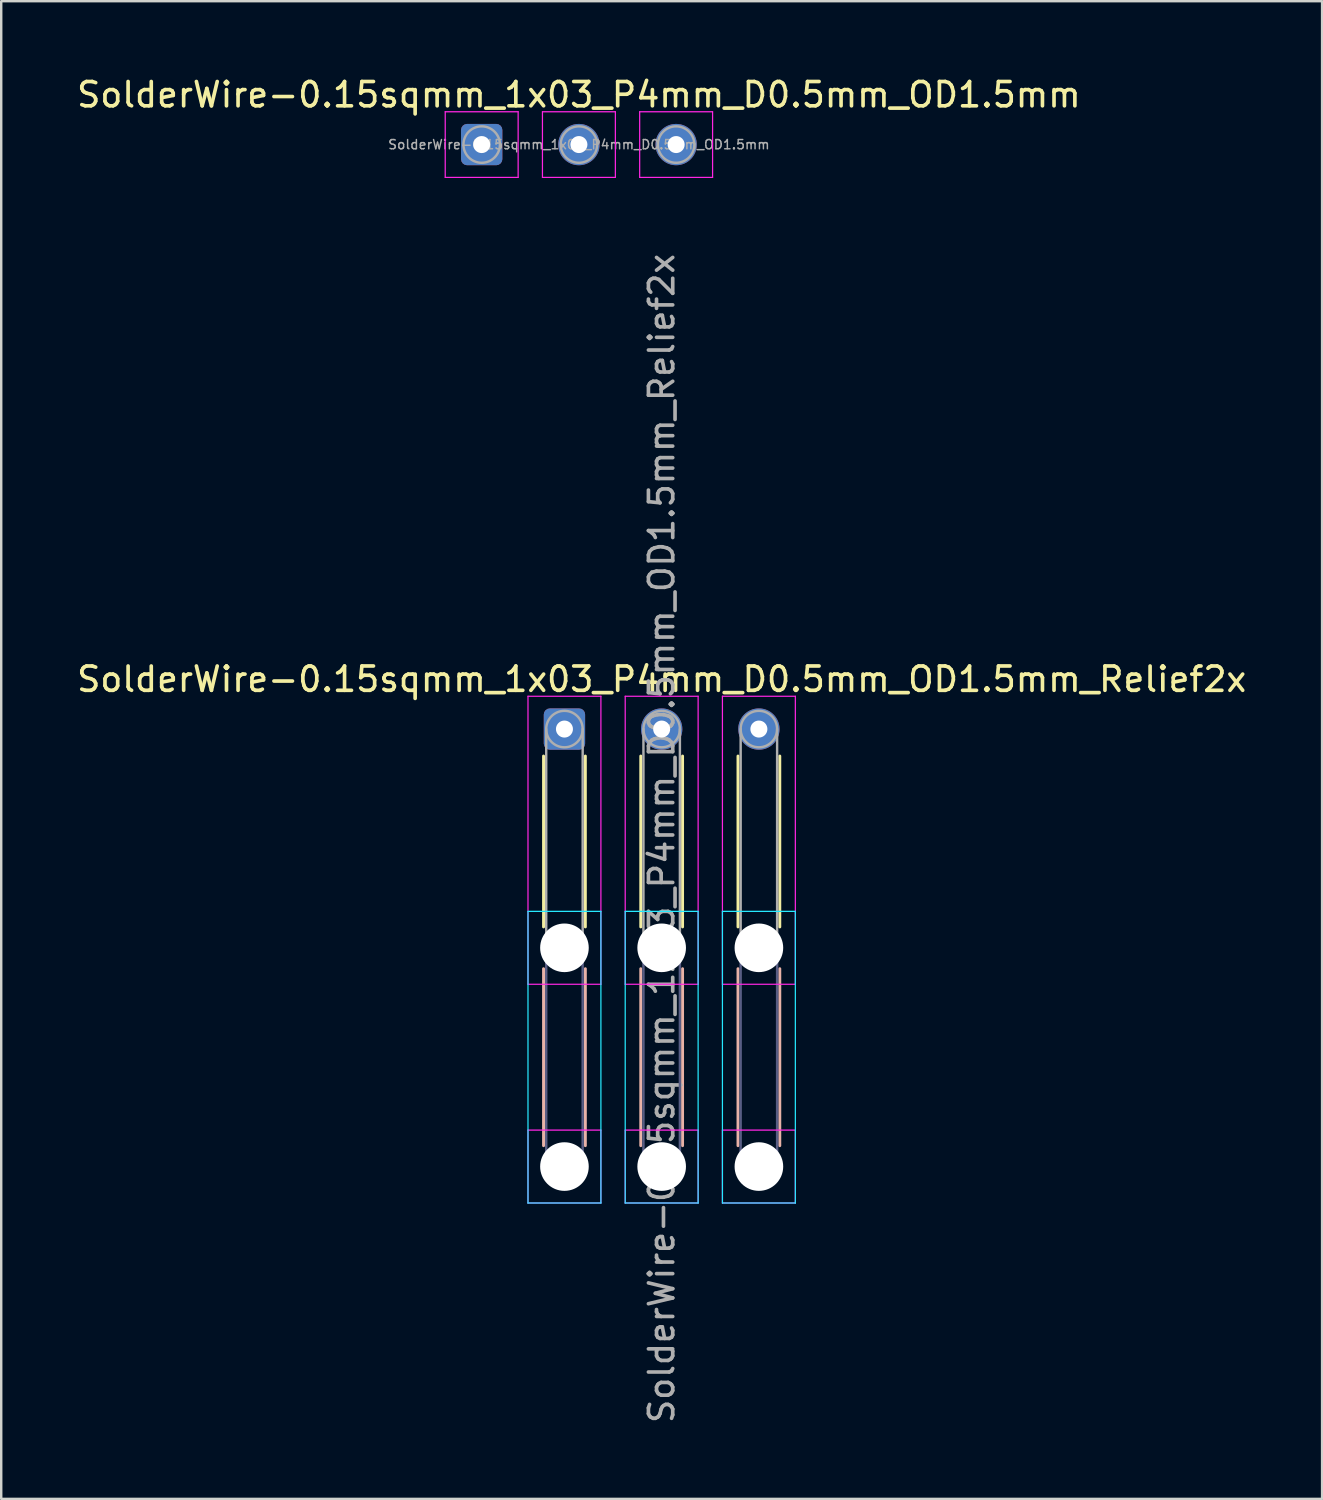
<source format=kicad_pcb>
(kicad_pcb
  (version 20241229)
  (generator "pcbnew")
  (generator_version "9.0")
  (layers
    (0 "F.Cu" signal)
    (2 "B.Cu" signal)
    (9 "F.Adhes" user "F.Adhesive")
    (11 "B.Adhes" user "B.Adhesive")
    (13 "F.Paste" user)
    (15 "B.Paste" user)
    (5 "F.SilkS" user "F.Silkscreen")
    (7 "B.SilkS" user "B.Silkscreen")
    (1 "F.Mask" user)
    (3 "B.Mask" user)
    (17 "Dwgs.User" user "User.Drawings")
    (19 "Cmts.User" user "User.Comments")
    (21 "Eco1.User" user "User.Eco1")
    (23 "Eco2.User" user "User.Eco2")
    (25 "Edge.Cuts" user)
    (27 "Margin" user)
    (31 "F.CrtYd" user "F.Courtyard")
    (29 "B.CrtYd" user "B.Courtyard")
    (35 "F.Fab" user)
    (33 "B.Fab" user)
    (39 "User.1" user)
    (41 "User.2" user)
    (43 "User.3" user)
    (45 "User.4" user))
  (footprint "SolderWire-0.15sqmm_1x03_P4mm_D0.5mm_OD1.5mm_Relief2x"
    (layer "F.Cu")
    (at 20.173 26.946)
    (property "Reference" "SolderWire-0.15sqmm_1x03_P4mm_D0.5mm_OD1.5mm_Relief2x" (at 4 -2.05 0) (layer "F.SilkS") (effects (font (size 1 1) (thickness 0.15))))
    (attr exclude_from_pos_files exclude_from_bom)
    (fp_line (start -0.86 1.11) (end -0.86 8.14) (stroke (width 0.12) (type solid)) (layer "F.SilkS"))
    (fp_line (start 0.86 1.11) (end 0.86 8.14) (stroke (width 0.12) (type solid)) (layer "F.SilkS"))
    (fp_line (start 3.14 1.11) (end 3.14 8.14) (stroke (width 0.12) (type solid)) (layer "F.SilkS"))
    (fp_line (start 4.86 1.11) (end 4.86 8.14) (stroke (width 0.12) (type solid)) (layer "F.SilkS"))
    (fp_line (start 7.14 1.11) (end 7.14 8.14) (stroke (width 0.12) (type solid)) (layer "F.SilkS"))
    (fp_line (start 8.86 1.11) (end 8.86 8.14) (stroke (width 0.12) (type solid)) (layer "F.SilkS"))
    (fp_line (start -0.86 9.86) (end -0.86 17.14) (stroke (width 0.12) (type solid)) (layer "B.SilkS"))
    (fp_line (start 0.86 9.86) (end 0.86 17.14) (stroke (width 0.12) (type solid)) (layer "B.SilkS"))
    (fp_line (start 3.14 9.86) (end 3.14 17.14) (stroke (width 0.12) (type solid)) (layer "B.SilkS"))
    (fp_line (start 4.86 9.86) (end 4.86 17.14) (stroke (width 0.12) (type solid)) (layer "B.SilkS"))
    (fp_line (start 7.14 9.86) (end 7.14 17.14) (stroke (width 0.12) (type solid)) (layer "B.SilkS"))
    (fp_line (start 8.86 9.86) (end 8.86 17.14) (stroke (width 0.12) (type solid)) (layer "B.SilkS"))
    (fp_line (start -1.5 7.5) (end -1.5 19.5) (stroke (width 0.05) (type solid)) (layer "B.CrtYd"))
    (fp_line (start -1.5 19.5) (end 1.5 19.5) (stroke (width 0.05) (type solid)) (layer "B.CrtYd"))
    (fp_line (start 1.5 7.5) (end -1.5 7.5) (stroke (width 0.05) (type solid)) (layer "B.CrtYd"))
    (fp_line (start 1.5 19.5) (end 1.5 7.5) (stroke (width 0.05) (type solid)) (layer "B.CrtYd"))
    (fp_line (start 2.5 7.5) (end 2.5 19.5) (stroke (width 0.05) (type solid)) (layer "B.CrtYd"))
    (fp_line (start 2.5 19.5) (end 5.5 19.5) (stroke (width 0.05) (type solid)) (layer "B.CrtYd"))
    (fp_line (start 5.5 7.5) (end 2.5 7.5) (stroke (width 0.05) (type solid)) (layer "B.CrtYd"))
    (fp_line (start 5.5 19.5) (end 5.5 7.5) (stroke (width 0.05) (type solid)) (layer "B.CrtYd"))
    (fp_line (start 6.5 7.5) (end 6.5 19.5) (stroke (width 0.05) (type solid)) (layer "B.CrtYd"))
    (fp_line (start 6.5 19.5) (end 9.5 19.5) (stroke (width 0.05) (type solid)) (layer "B.CrtYd"))
    (fp_line (start 9.5 7.5) (end 6.5 7.5) (stroke (width 0.05) (type solid)) (layer "B.CrtYd"))
    (fp_line (start 9.5 19.5) (end 9.5 7.5) (stroke (width 0.05) (type solid)) (layer "B.CrtYd"))
    (fp_line (start -1.5 -1.35) (end -1.5 10.5) (stroke (width 0.05) (type solid)) (layer "F.CrtYd"))
    (fp_line (start -1.5 10.5) (end 1.5 10.5) (stroke (width 0.05) (type solid)) (layer "F.CrtYd"))
    (fp_line (start -1.5 16.5) (end -1.5 19.5) (stroke (width 0.05) (type solid)) (layer "F.CrtYd"))
    (fp_line (start -1.5 19.5) (end 1.5 19.5) (stroke (width 0.05) (type solid)) (layer "F.CrtYd"))
    (fp_line (start 1.5 -1.35) (end -1.5 -1.35) (stroke (width 0.05) (type solid)) (layer "F.CrtYd"))
    (fp_line (start 1.5 10.5) (end 1.5 -1.35) (stroke (width 0.05) (type solid)) (layer "F.CrtYd"))
    (fp_line (start 1.5 16.5) (end -1.5 16.5) (stroke (width 0.05) (type solid)) (layer "F.CrtYd"))
    (fp_line (start 1.5 19.5) (end 1.5 16.5) (stroke (width 0.05) (type solid)) (layer "F.CrtYd"))
    (fp_line (start 2.5 -1.35) (end 2.5 10.5) (stroke (width 0.05) (type solid)) (layer "F.CrtYd"))
    (fp_line (start 2.5 10.5) (end 5.5 10.5) (stroke (width 0.05) (type solid)) (layer "F.CrtYd"))
    (fp_line (start 2.5 16.5) (end 2.5 19.5) (stroke (width 0.05) (type solid)) (layer "F.CrtYd"))
    (fp_line (start 2.5 19.5) (end 5.5 19.5) (stroke (width 0.05) (type solid)) (layer "F.CrtYd"))
    (fp_line (start 5.5 -1.35) (end 2.5 -1.35) (stroke (width 0.05) (type solid)) (layer "F.CrtYd"))
    (fp_line (start 5.5 10.5) (end 5.5 -1.35) (stroke (width 0.05) (type solid)) (layer "F.CrtYd"))
    (fp_line (start 5.5 16.5) (end 2.5 16.5) (stroke (width 0.05) (type solid)) (layer "F.CrtYd"))
    (fp_line (start 5.5 19.5) (end 5.5 16.5) (stroke (width 0.05) (type solid)) (layer "F.CrtYd"))
    (fp_line (start 6.5 -1.35) (end 6.5 10.5) (stroke (width 0.05) (type solid)) (layer "F.CrtYd"))
    (fp_line (start 6.5 10.5) (end 9.5 10.5) (stroke (width 0.05) (type solid)) (layer "F.CrtYd"))
    (fp_line (start 6.5 16.5) (end 6.5 19.5) (stroke (width 0.05) (type solid)) (layer "F.CrtYd"))
    (fp_line (start 6.5 19.5) (end 9.5 19.5) (stroke (width 0.05) (type solid)) (layer "F.CrtYd"))
    (fp_line (start 9.5 -1.35) (end 6.5 -1.35) (stroke (width 0.05) (type solid)) (layer "F.CrtYd"))
    (fp_line (start 9.5 10.5) (end 9.5 -1.35) (stroke (width 0.05) (type solid)) (layer "F.CrtYd"))
    (fp_line (start 9.5 16.5) (end 6.5 16.5) (stroke (width 0.05) (type solid)) (layer "F.CrtYd"))
    (fp_line (start 9.5 19.5) (end 9.5 16.5) (stroke (width 0.05) (type solid)) (layer "F.CrtYd"))
    (fp_line (start -0.75 9) (end -0.75 18) (stroke (width 0.1) (type solid)) (layer "B.Fab"))
    (fp_line (start 0.75 9) (end 0.75 18) (stroke (width 0.1) (type solid)) (layer "B.Fab"))
    (fp_line (start 3.25 9) (end 3.25 18) (stroke (width 0.1) (type solid)) (layer "B.Fab"))
    (fp_line (start 4.75 9) (end 4.75 18) (stroke (width 0.1) (type solid)) (layer "B.Fab"))
    (fp_line (start 7.25 9) (end 7.25 18) (stroke (width 0.1) (type solid)) (layer "B.Fab"))
    (fp_line (start 8.75 9) (end 8.75 18) (stroke (width 0.1) (type solid)) (layer "B.Fab"))
    (fp_circle (center 0 9) (end 0.75 9) (stroke (width 0.1) (type solid)) (fill no) (layer "B.Fab"))
    (fp_circle (center 0 18) (end 0.75 18) (stroke (width 0.1) (type solid)) (fill no) (layer "B.Fab"))
    (fp_circle (center 4 9) (end 4.75 9) (stroke (width 0.1) (type solid)) (fill no) (layer "B.Fab"))
    (fp_circle (center 4 18) (end 4.75 18) (stroke (width 0.1) (type solid)) (fill no) (layer "B.Fab"))
    (fp_circle (center 8 9) (end 8.75 9) (stroke (width 0.1) (type solid)) (fill no) (layer "B.Fab"))
    (fp_circle (center 8 18) (end 8.75 18) (stroke (width 0.1) (type solid)) (fill no) (layer "B.Fab"))
    (fp_line (start -0.75 0) (end -0.75 9) (stroke (width 0.1) (type solid)) (layer "F.Fab"))
    (fp_line (start 0.75 0) (end 0.75 9) (stroke (width 0.1) (type solid)) (layer "F.Fab"))
    (fp_line (start 3.25 0) (end 3.25 9) (stroke (width 0.1) (type solid)) (layer "F.Fab"))
    (fp_line (start 4.75 0) (end 4.75 9) (stroke (width 0.1) (type solid)) (layer "F.Fab"))
    (fp_line (start 7.25 0) (end 7.25 9) (stroke (width 0.1) (type solid)) (layer "F.Fab"))
    (fp_line (start 8.75 0) (end 8.75 9) (stroke (width 0.1) (type solid)) (layer "F.Fab"))
    (fp_circle (center 0 0) (end 0.75 0) (stroke (width 0.1) (type solid)) (fill no) (layer "F.Fab"))
    (fp_circle (center 0 9) (end 0.75 9) (stroke (width 0.1) (type solid)) (fill no) (layer "F.Fab"))
    (fp_circle (center 0 18) (end 0.75 18) (stroke (width 0.1) (type solid)) (fill no) (layer "F.Fab"))
    (fp_circle (center 4 0) (end 4.75 0) (stroke (width 0.1) (type solid)) (fill no) (layer "F.Fab"))
    (fp_circle (center 4 9) (end 4.75 9) (stroke (width 0.1) (type solid)) (fill no) (layer "F.Fab"))
    (fp_circle (center 4 18) (end 4.75 18) (stroke (width 0.1) (type solid)) (fill no) (layer "F.Fab"))
    (fp_circle (center 8 0) (end 8.75 0) (stroke (width 0.1) (type solid)) (fill no) (layer "F.Fab"))
    (fp_circle (center 8 9) (end 8.75 9) (stroke (width 0.1) (type solid)) (fill no) (layer "F.Fab"))
    (fp_circle (center 8 18) (end 8.75 18) (stroke (width 0.1) (type solid)) (fill no) (layer "F.Fab"))
    (fp_text user "${REFERENCE}" (at 4 4.5 90) (layer "F.Fab") (effects (font (size 1 1) (thickness 0.15))))
    (pad "" np_thru_hole circle (at 0 9) (size 2 2) (drill 2) (layers "*.Cu" "*.Mask"))
    (pad "" np_thru_hole circle (at 0 18) (size 2 2) (drill 2) (layers "*.Cu" "*.Mask"))
    (pad "" np_thru_hole circle (at 4 9) (size 2 2) (drill 2) (layers "*.Cu" "*.Mask"))
    (pad "" np_thru_hole circle (at 4 18) (size 2 2) (drill 2) (layers "*.Cu" "*.Mask"))
    (pad "" np_thru_hole circle (at 8 9) (size 2 2) (drill 2) (layers "*.Cu" "*.Mask"))
    (pad "" np_thru_hole circle (at 8 18) (size 2 2) (drill 2) (layers "*.Cu" "*.Mask"))
    (pad "1" thru_hole roundrect (at 0 0) (size 1.7 1.7) (drill 0.7) (layers "*.Cu" "*.Mask") (roundrect_rratio 0.147))
    (pad "2" thru_hole circle (at 4 0) (size 1.7 1.7) (drill 0.7) (layers "*.Cu" "*.Mask"))
    (pad "3" thru_hole circle (at 8 0) (size 1.7 1.7) (drill 0.7) (layers "*.Cu" "*.Mask")))
  (footprint "SolderWire-0.15sqmm_1x03_P4mm_D0.5mm_OD1.5mm"
    (layer "F.Cu")
    (at 16.768 2.898)
    (property "Reference" "SolderWire-0.15sqmm_1x03_P4mm_D0.5mm_OD1.5mm" (at 4 -2.05 0) (layer "F.SilkS") (effects (font (size 1 1) (thickness 0.15))))
    (attr exclude_from_pos_files exclude_from_bom)
    (fp_line (start -1.5 -1.35) (end -1.5 1.35) (stroke (width 0.05) (type solid)) (layer "F.CrtYd"))
    (fp_line (start -1.5 1.35) (end 1.5 1.35) (stroke (width 0.05) (type solid)) (layer "F.CrtYd"))
    (fp_line (start 1.5 -1.35) (end -1.5 -1.35) (stroke (width 0.05) (type solid)) (layer "F.CrtYd"))
    (fp_line (start 1.5 1.35) (end 1.5 -1.35) (stroke (width 0.05) (type solid)) (layer "F.CrtYd"))
    (fp_line (start 2.5 -1.35) (end 2.5 1.35) (stroke (width 0.05) (type solid)) (layer "F.CrtYd"))
    (fp_line (start 2.5 1.35) (end 5.5 1.35) (stroke (width 0.05) (type solid)) (layer "F.CrtYd"))
    (fp_line (start 5.5 -1.35) (end 2.5 -1.35) (stroke (width 0.05) (type solid)) (layer "F.CrtYd"))
    (fp_line (start 5.5 1.35) (end 5.5 -1.35) (stroke (width 0.05) (type solid)) (layer "F.CrtYd"))
    (fp_line (start 6.5 -1.35) (end 6.5 1.35) (stroke (width 0.05) (type solid)) (layer "F.CrtYd"))
    (fp_line (start 6.5 1.35) (end 9.5 1.35) (stroke (width 0.05) (type solid)) (layer "F.CrtYd"))
    (fp_line (start 9.5 -1.35) (end 6.5 -1.35) (stroke (width 0.05) (type solid)) (layer "F.CrtYd"))
    (fp_line (start 9.5 1.35) (end 9.5 -1.35) (stroke (width 0.05) (type solid)) (layer "F.CrtYd"))
    (fp_circle (center 0 0) (end 0.75 0) (stroke (width 0.1) (type solid)) (fill no) (layer "F.Fab"))
    (fp_circle (center 4 0) (end 4.75 0) (stroke (width 0.1) (type solid)) (fill no) (layer "F.Fab"))
    (fp_circle (center 8 0) (end 8.75 0) (stroke (width 0.1) (type solid)) (fill no) (layer "F.Fab"))
    (fp_text user "${REFERENCE}" (at 4 0 0) (layer "F.Fab") (effects (font (size 0.38 0.38) (thickness 0.06))))
    (pad "1" thru_hole roundrect (at 0 0) (size 1.7 1.7) (drill 0.7) (layers "*.Cu" "*.Mask") (roundrect_rratio 0.147))
    (pad "2" thru_hole circle (at 4 0) (size 1.7 1.7) (drill 0.7) (layers "*.Cu" "*.Mask"))
    (pad "3" thru_hole circle (at 8 0) (size 1.7 1.7) (drill 0.7) (layers "*.Cu" "*.Mask")))
  (gr_rect
    (start -3 -3)
    (end 51.345 58.618)
    (stroke (width 0.1) (type default))
    (fill no)
    (layer "Edge.Cuts")))
</source>
